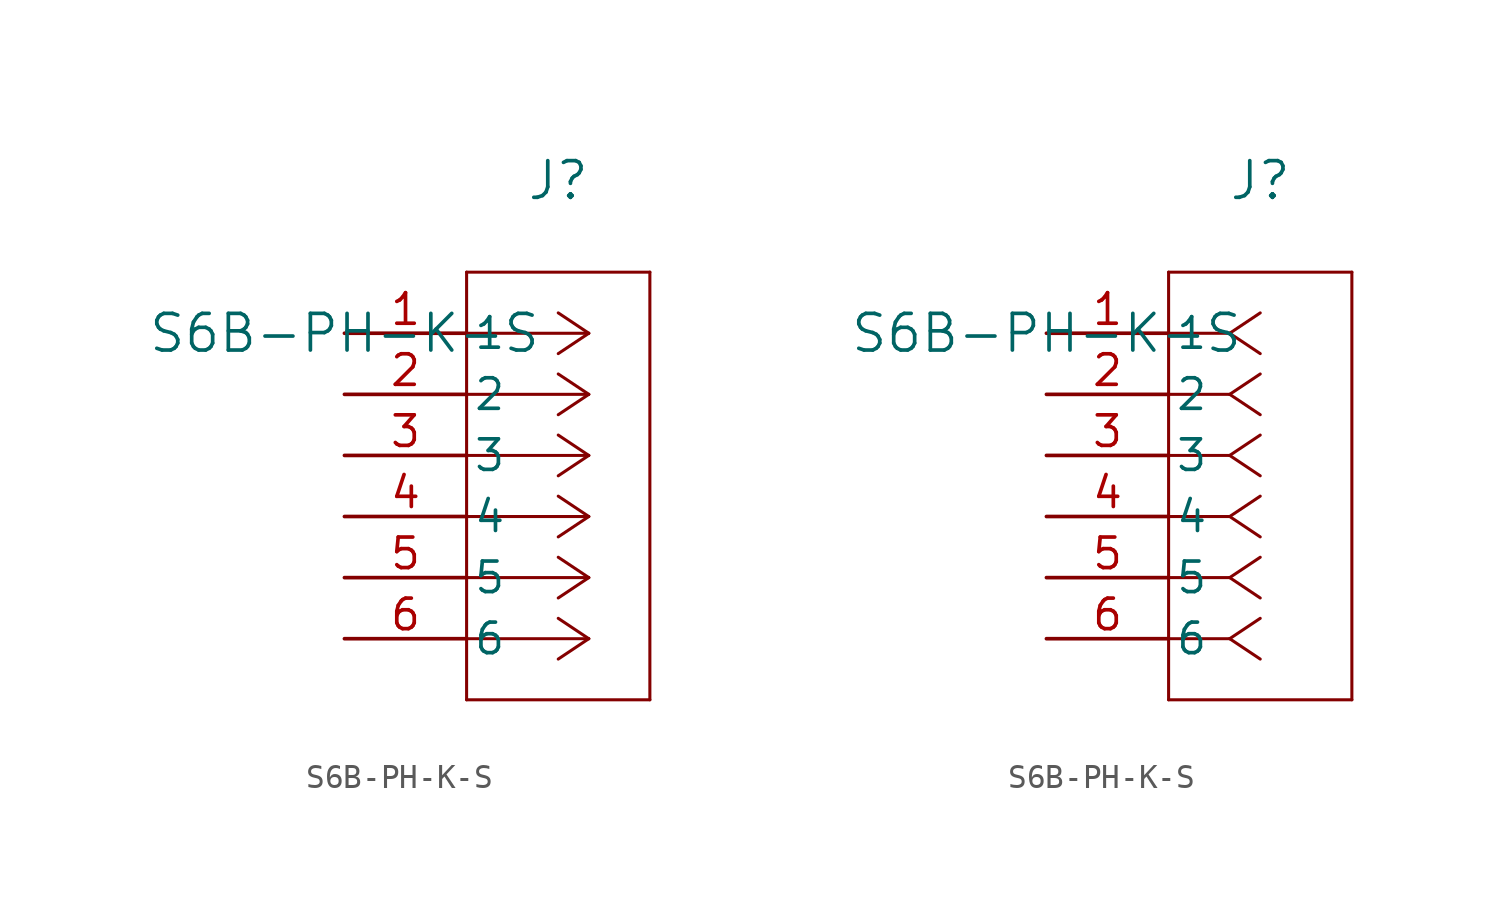
<source format=kicad_sym>
(kicad_symbol_lib
  (version 20231120)
  (generator "kicad_symbol_editor")
  (generator_version "8.0")
  (symbol "S6B-PH-K-S"
    (pin_names
      (offset 0.254))
    (property "Reference" "J"
      (at 8.89 6.35 0)
      (effects (font (size 1.524 1.524))))
    (property "Value" "S6B-PH-K-S"
      (at 0 0 0)
      (effects (font (size 1.524 1.524))))
    (symbol "S6B-PH-K-S_1_1"
      (polyline (pts (xy 5.08 -15.24) (xy 12.7 -15.24)) (stroke (width 0.127) (type default)) (fill (type none)))
      (polyline (pts (xy 5.08 2.54) (xy 5.08 -15.24)) (stroke (width 0.127) (type default)) (fill (type none)))
      (polyline (pts (xy 10.16 -12.7) (xy 5.08 -12.7)) (stroke (width 0.127) (type default)) (fill (type none)))
      (polyline (pts (xy 10.16 -12.7) (xy 8.89 -13.547)) (stroke (width 0.127) (type default)) (fill (type none)))
      (polyline (pts (xy 10.16 -12.7) (xy 8.89 -11.853)) (stroke (width 0.127) (type default)) (fill (type none)))
      (polyline (pts (xy 10.16 -10.16) (xy 5.08 -10.16)) (stroke (width 0.127) (type default)) (fill (type none)))
      (polyline (pts (xy 10.16 -10.16) (xy 8.89 -11.007)) (stroke (width 0.127) (type default)) (fill (type none)))
      (polyline (pts (xy 10.16 -10.16) (xy 8.89 -9.313)) (stroke (width 0.127) (type default)) (fill (type none)))
      (polyline (pts (xy 10.16 -7.62) (xy 5.08 -7.62)) (stroke (width 0.127) (type default)) (fill (type none)))
      (polyline (pts (xy 10.16 -7.62) (xy 8.89 -8.467)) (stroke (width 0.127) (type default)) (fill (type none)))
      (polyline (pts (xy 10.16 -7.62) (xy 8.89 -6.773)) (stroke (width 0.127) (type default)) (fill (type none)))
      (polyline (pts (xy 10.16 -5.08) (xy 5.08 -5.08)) (stroke (width 0.127) (type default)) (fill (type none)))
      (polyline (pts (xy 10.16 -5.08) (xy 8.89 -5.927)) (stroke (width 0.127) (type default)) (fill (type none)))
      (polyline (pts (xy 10.16 -5.08) (xy 8.89 -4.233)) (stroke (width 0.127) (type default)) (fill (type none)))
      (polyline (pts (xy 10.16 -2.54) (xy 5.08 -2.54)) (stroke (width 0.127) (type default)) (fill (type none)))
      (polyline (pts (xy 10.16 -2.54) (xy 8.89 -3.387)) (stroke (width 0.127) (type default)) (fill (type none)))
      (polyline (pts (xy 10.16 -2.54) (xy 8.89 -1.693)) (stroke (width 0.127) (type default)) (fill (type none)))
      (polyline (pts (xy 10.16 0) (xy 5.08 0)) (stroke (width 0.127) (type default)) (fill (type none)))
      (polyline (pts (xy 10.16 0) (xy 8.89 -0.847)) (stroke (width 0.127) (type default)) (fill (type none)))
      (polyline (pts (xy 10.16 0) (xy 8.89 0.847)) (stroke (width 0.127) (type default)) (fill (type none)))
      (polyline (pts (xy 12.7 -15.24) (xy 12.7 2.54)) (stroke (width 0.127) (type default)) (fill (type none)))
      (polyline (pts (xy 12.7 2.54) (xy 5.08 2.54)) (stroke (width 0.127) (type default)) (fill (type none)))
      (pin unspecified line (at 0 0 0) (length 5.08) (name "1" (effects (font (size 1.27 1.27)))) (number "1" (effects (font (size 1.27 1.27)))))
      (pin unspecified line (at 0 -2.54 0) (length 5.08) (name "2" (effects (font (size 1.27 1.27)))) (number "2" (effects (font (size 1.27 1.27)))))
      (pin unspecified line (at 0 -5.08 0) (length 5.08) (name "3" (effects (font (size 1.27 1.27)))) (number "3" (effects (font (size 1.27 1.27)))))
      (pin unspecified line (at 0 -7.62 0) (length 5.08) (name "4" (effects (font (size 1.27 1.27)))) (number "4" (effects (font (size 1.27 1.27)))))
      (pin unspecified line (at 0 -10.16 0) (length 5.08) (name "5" (effects (font (size 1.27 1.27)))) (number "5" (effects (font (size 1.27 1.27)))))
      (pin unspecified line (at 0 -12.7 0) (length 5.08) (name "6" (effects (font (size 1.27 1.27)))) (number "6" (effects (font (size 1.27 1.27))))))
    (symbol "S6B-PH-K-S_1_2"
      (polyline (pts (xy 5.08 -15.24) (xy 12.7 -15.24)) (stroke (width 0.127) (type default)) (fill (type none)))
      (polyline (pts (xy 5.08 2.54) (xy 5.08 -15.24)) (stroke (width 0.127) (type default)) (fill (type none)))
      (polyline (pts (xy 7.62 -12.7) (xy 5.08 -12.7)) (stroke (width 0.127) (type default)) (fill (type none)))
      (polyline (pts (xy 7.62 -12.7) (xy 8.89 -13.547)) (stroke (width 0.127) (type default)) (fill (type none)))
      (polyline (pts (xy 7.62 -12.7) (xy 8.89 -11.853)) (stroke (width 0.127) (type default)) (fill (type none)))
      (polyline (pts (xy 7.62 -10.16) (xy 5.08 -10.16)) (stroke (width 0.127) (type default)) (fill (type none)))
      (polyline (pts (xy 7.62 -10.16) (xy 8.89 -11.007)) (stroke (width 0.127) (type default)) (fill (type none)))
      (polyline (pts (xy 7.62 -10.16) (xy 8.89 -9.313)) (stroke (width 0.127) (type default)) (fill (type none)))
      (polyline (pts (xy 7.62 -7.62) (xy 5.08 -7.62)) (stroke (width 0.127) (type default)) (fill (type none)))
      (polyline (pts (xy 7.62 -7.62) (xy 8.89 -8.467)) (stroke (width 0.127) (type default)) (fill (type none)))
      (polyline (pts (xy 7.62 -7.62) (xy 8.89 -6.773)) (stroke (width 0.127) (type default)) (fill (type none)))
      (polyline (pts (xy 7.62 -5.08) (xy 5.08 -5.08)) (stroke (width 0.127) (type default)) (fill (type none)))
      (polyline (pts (xy 7.62 -5.08) (xy 8.89 -5.927)) (stroke (width 0.127) (type default)) (fill (type none)))
      (polyline (pts (xy 7.62 -5.08) (xy 8.89 -4.233)) (stroke (width 0.127) (type default)) (fill (type none)))
      (polyline (pts (xy 7.62 -2.54) (xy 5.08 -2.54)) (stroke (width 0.127) (type default)) (fill (type none)))
      (polyline (pts (xy 7.62 -2.54) (xy 8.89 -3.387)) (stroke (width 0.127) (type default)) (fill (type none)))
      (polyline (pts (xy 7.62 -2.54) (xy 8.89 -1.693)) (stroke (width 0.127) (type default)) (fill (type none)))
      (polyline (pts (xy 7.62 0) (xy 5.08 0)) (stroke (width 0.127) (type default)) (fill (type none)))
      (polyline (pts (xy 7.62 0) (xy 8.89 -0.847)) (stroke (width 0.127) (type default)) (fill (type none)))
      (polyline (pts (xy 7.62 0) (xy 8.89 0.847)) (stroke (width 0.127) (type default)) (fill (type none)))
      (polyline (pts (xy 12.7 -15.24) (xy 12.7 2.54)) (stroke (width 0.127) (type default)) (fill (type none)))
      (polyline (pts (xy 12.7 2.54) (xy 5.08 2.54)) (stroke (width 0.127) (type default)) (fill (type none)))
      (pin unspecified line (at 0 0 0) (length 5.08) (name "1" (effects (font (size 1.27 1.27)))) (number "1" (effects (font (size 1.27 1.27)))))
      (pin unspecified line (at 0 -2.54 0) (length 5.08) (name "2" (effects (font (size 1.27 1.27)))) (number "2" (effects (font (size 1.27 1.27)))))
      (pin unspecified line (at 0 -5.08 0) (length 5.08) (name "3" (effects (font (size 1.27 1.27)))) (number "3" (effects (font (size 1.27 1.27)))))
      (pin unspecified line (at 0 -7.62 0) (length 5.08) (name "4" (effects (font (size 1.27 1.27)))) (number "4" (effects (font (size 1.27 1.27)))))
      (pin unspecified line (at 0 -10.16 0) (length 5.08) (name "5" (effects (font (size 1.27 1.27)))) (number "5" (effects (font (size 1.27 1.27)))))
      (pin unspecified line (at 0 -12.7 0) (length 5.08) (name "6" (effects (font (size 1.27 1.27)))) (number "6" (effects (font (size 1.27 1.27))))))))
</source>
